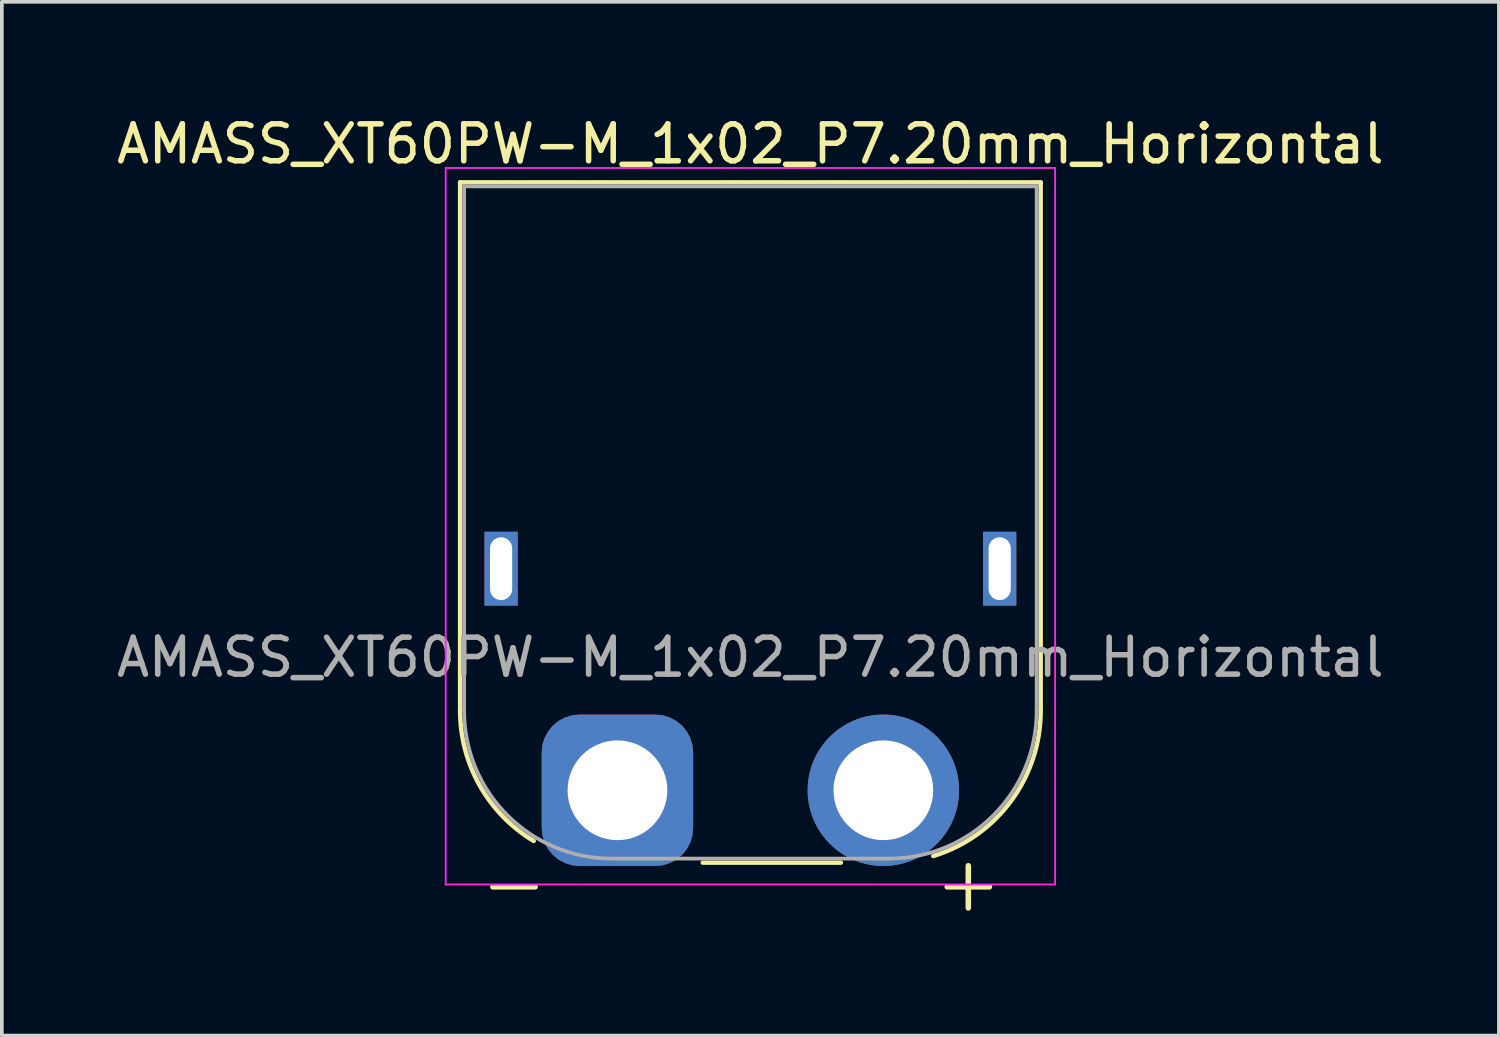
<source format=kicad_pcb>
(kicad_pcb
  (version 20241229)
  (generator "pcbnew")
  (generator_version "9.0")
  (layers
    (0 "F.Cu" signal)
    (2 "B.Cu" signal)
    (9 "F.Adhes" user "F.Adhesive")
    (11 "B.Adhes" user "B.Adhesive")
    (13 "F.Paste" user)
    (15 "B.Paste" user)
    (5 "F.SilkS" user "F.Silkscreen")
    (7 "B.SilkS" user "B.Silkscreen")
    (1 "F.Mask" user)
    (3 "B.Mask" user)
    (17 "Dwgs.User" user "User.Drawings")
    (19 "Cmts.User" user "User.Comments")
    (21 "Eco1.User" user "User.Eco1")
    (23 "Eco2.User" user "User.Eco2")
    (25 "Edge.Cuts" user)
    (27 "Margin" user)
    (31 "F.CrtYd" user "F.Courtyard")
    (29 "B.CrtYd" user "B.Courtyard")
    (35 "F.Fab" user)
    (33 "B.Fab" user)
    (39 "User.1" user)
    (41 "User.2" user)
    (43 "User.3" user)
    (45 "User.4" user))
  (footprint "AMASS_XT60PW-M_1x02_P7.20mm_Horizontal"
    (layer "F.Cu")
    (at 13.668 18.348)
    (property "Reference" "AMASS_XT60PW-M_1x02_P7.20mm_Horizontal" (at 3.6 -17.5 0) (layer "F.SilkS") (effects (font (size 1 1) (thickness 0.15))))
    (attr through_hole)
    (fp_line (start -4.26 -16.46) (end -4.26 -2.15) (stroke (width 0.12) (type solid)) (layer "F.SilkS"))
    (fp_line (start -4.26 -16.46) (end 11.46 -16.46) (stroke (width 0.12) (type solid)) (layer "F.SilkS"))
    (fp_line (start 2.31 1.96) (end 6.05 1.96) (stroke (width 0.12) (type solid)) (layer "F.SilkS"))
    (fp_line (start 11.46 -16.46) (end 11.46 -2.15) (stroke (width 0.12) (type solid)) (layer "F.SilkS"))
    (fp_arc (start -2.266806 1.372958) (mid -3.727162 -0.126139) (end -4.26 -2.15) (stroke (width 0.12) (type solid)) (layer "F.SilkS"))
    (fp_arc (start 11.46 -2.15) (mid 10.653852 0.294722) (end 8.551648 1.780413) (stroke (width 0.12) (type solid)) (layer "F.SilkS"))
    (fp_line (start -4.65 -16.85) (end -4.65 2.55) (stroke (width 0.05) (type solid)) (layer "F.CrtYd"))
    (fp_line (start -4.65 -16.85) (end 11.85 -16.85) (stroke (width 0.05) (type solid)) (layer "F.CrtYd"))
    (fp_line (start 11.85 -16.85) (end 11.85 2.55) (stroke (width 0.05) (type solid)) (layer "F.CrtYd"))
    (fp_line (start 11.85 2.55) (end -4.65 2.55) (stroke (width 0.05) (type solid)) (layer "F.CrtYd"))
    (fp_line (start -4.15 -16.35) (end -4.15 -2.15) (stroke (width 0.1) (type solid)) (layer "F.Fab"))
    (fp_line (start -4.15 -16.35) (end 11.35 -16.35) (stroke (width 0.1) (type solid)) (layer "F.Fab"))
    (fp_line (start -0.15 1.85) (end 7.35 1.85) (stroke (width 0.1) (type solid)) (layer "F.Fab"))
    (fp_line (start 11.35 -16.35) (end 11.35 -2.15) (stroke (width 0.1) (type solid)) (layer "F.Fab"))
    (fp_arc (start -0.15 1.85) (mid -2.978427 0.678427) (end -4.15 -2.15) (stroke (width 0.1) (type solid)) (layer "F.Fab"))
    (fp_arc (start 11.35 -2.15) (mid 10.178427 0.678427) (end 7.35 1.85) (stroke (width 0.1) (type solid)) (layer "F.Fab"))
    (fp_text user "-" (at -2.8 2.5 0) (layer "F.SilkS") (effects (font (size 1.5 1.5) (thickness 0.15))))
    (fp_text user "+" (at 9.5 2.5 0) (layer "F.SilkS") (effects (font (size 1.5 1.5) (thickness 0.15))))
    (fp_text user "${REFERENCE}" (at 3.6 -3.6 0) (layer "F.Fab") (effects (font (size 1 1) (thickness 0.15))))
    (pad "1" thru_hole roundrect (at 0 0) (size 4.1 4.1) (drill 2.7) (layers "*.Cu" "*.Mask") (roundrect_rratio 0.25))
    (pad "2" thru_hole circle (at 7.2 0) (size 4.1 4.1) (drill 2.7) (layers "*.Cu" "*.Mask"))
    (pad "S1" thru_hole rect (at -3.15 -6) (size 0.9 2) (drill oval 0.6 1.7) (layers "*.Cu" "*.Mask"))
    (pad "S2" thru_hole rect (at 10.35 -6) (size 0.9 2) (drill oval 0.6 1.7) (layers "*.Cu" "*.Mask")))
  (gr_rect
    (start -3 -3)
    (end 37.536 24.989)
    (stroke (width 0.1) (type default))
    (fill no)
    (layer "Edge.Cuts")))
</source>
